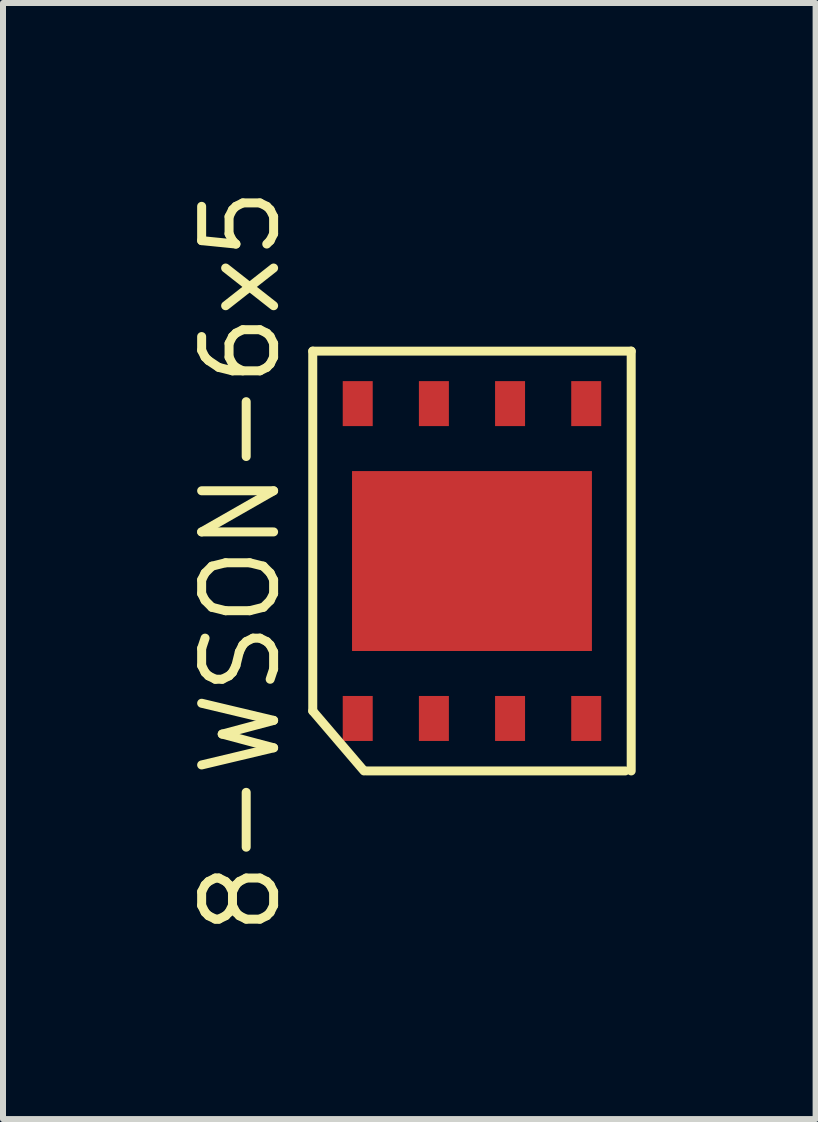
<source format=kicad_pcb>
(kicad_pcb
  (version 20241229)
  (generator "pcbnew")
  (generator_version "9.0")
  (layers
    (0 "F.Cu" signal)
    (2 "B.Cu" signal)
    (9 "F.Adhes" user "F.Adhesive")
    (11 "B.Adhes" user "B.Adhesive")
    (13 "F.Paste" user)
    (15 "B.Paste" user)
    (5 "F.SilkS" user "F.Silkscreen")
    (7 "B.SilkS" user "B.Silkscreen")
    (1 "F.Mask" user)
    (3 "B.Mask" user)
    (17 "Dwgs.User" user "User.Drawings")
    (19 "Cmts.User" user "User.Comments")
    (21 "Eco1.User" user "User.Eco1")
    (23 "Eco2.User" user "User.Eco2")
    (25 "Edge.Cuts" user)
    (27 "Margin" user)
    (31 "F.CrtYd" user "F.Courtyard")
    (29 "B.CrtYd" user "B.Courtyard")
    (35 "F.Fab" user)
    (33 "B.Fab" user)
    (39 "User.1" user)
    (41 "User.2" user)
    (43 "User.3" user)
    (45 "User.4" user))
  (footprint "8-WSON-6x5"
    (layer "F.Cu")
    (at 4.82 6.305)
    (property "Reference" "8-WSON-6x5" (at -3.855 0 90) (layer "F.SilkS") (effects (font (size 1.2 1.2) (thickness 0.15))))
    (attr through_hole)
    (fp_line (start -2.655 -3.5) (end -2.655 2.5) (stroke (width 0.15) (type solid)) (layer "F.SilkS"))
    (fp_line (start -2.655 -3.5) (end 2.655 -3.5) (stroke (width 0.15) (type solid)) (layer "F.SilkS"))
    (fp_line (start -1.8 3.5) (end -2.655 2.5) (stroke (width 0.15) (type solid)) (layer "F.SilkS"))
    (fp_line (start 2.555 3.5) (end -1.755 3.5) (stroke (width 0.15) (type solid)) (layer "F.SilkS"))
    (fp_line (start 2.655 3.5) (end 2.655 -3.5) (stroke (width 0.15) (type solid)) (layer "F.SilkS"))
    (pad "1" smd rect (at -1.905 2.625) (size 0.5 0.75) (layers "F.Cu" "F.Mask" "F.Paste"))
    (pad "2" smd rect (at -0.635 2.625) (size 0.5 0.75) (layers "F.Cu" "F.Mask" "F.Paste"))
    (pad "3" smd rect (at 0.635 2.625) (size 0.5 0.75) (layers "F.Cu" "F.Mask" "F.Paste"))
    (pad "4" smd rect (at 1.905 2.625) (size 0.5 0.75) (layers "F.Cu" "F.Mask" "F.Paste"))
    (pad "5" smd rect (at 1.905 -2.625) (size 0.5 0.75) (layers "F.Cu" "F.Mask" "F.Paste"))
    (pad "6" smd rect (at 0.635 -2.625) (size 0.5 0.75) (layers "F.Cu" "F.Mask" "F.Paste"))
    (pad "7" smd rect (at -0.635 -2.625) (size 0.5 0.75) (layers "F.Cu" "F.Mask" "F.Paste"))
    (pad "8" smd rect (at -1.905 -2.625) (size 0.5 0.75) (layers "F.Cu" "F.Mask" "F.Paste"))
    (pad "9" smd rect (at 0 0) (size 4 3) (layers "F.Cu" "F.Mask" "F.Paste")))
  (gr_rect
    (start -3 -3)
    (end 10.55 15.61)
    (stroke (width 0.1) (type default))
    (fill no)
    (layer "Edge.Cuts")))
</source>
